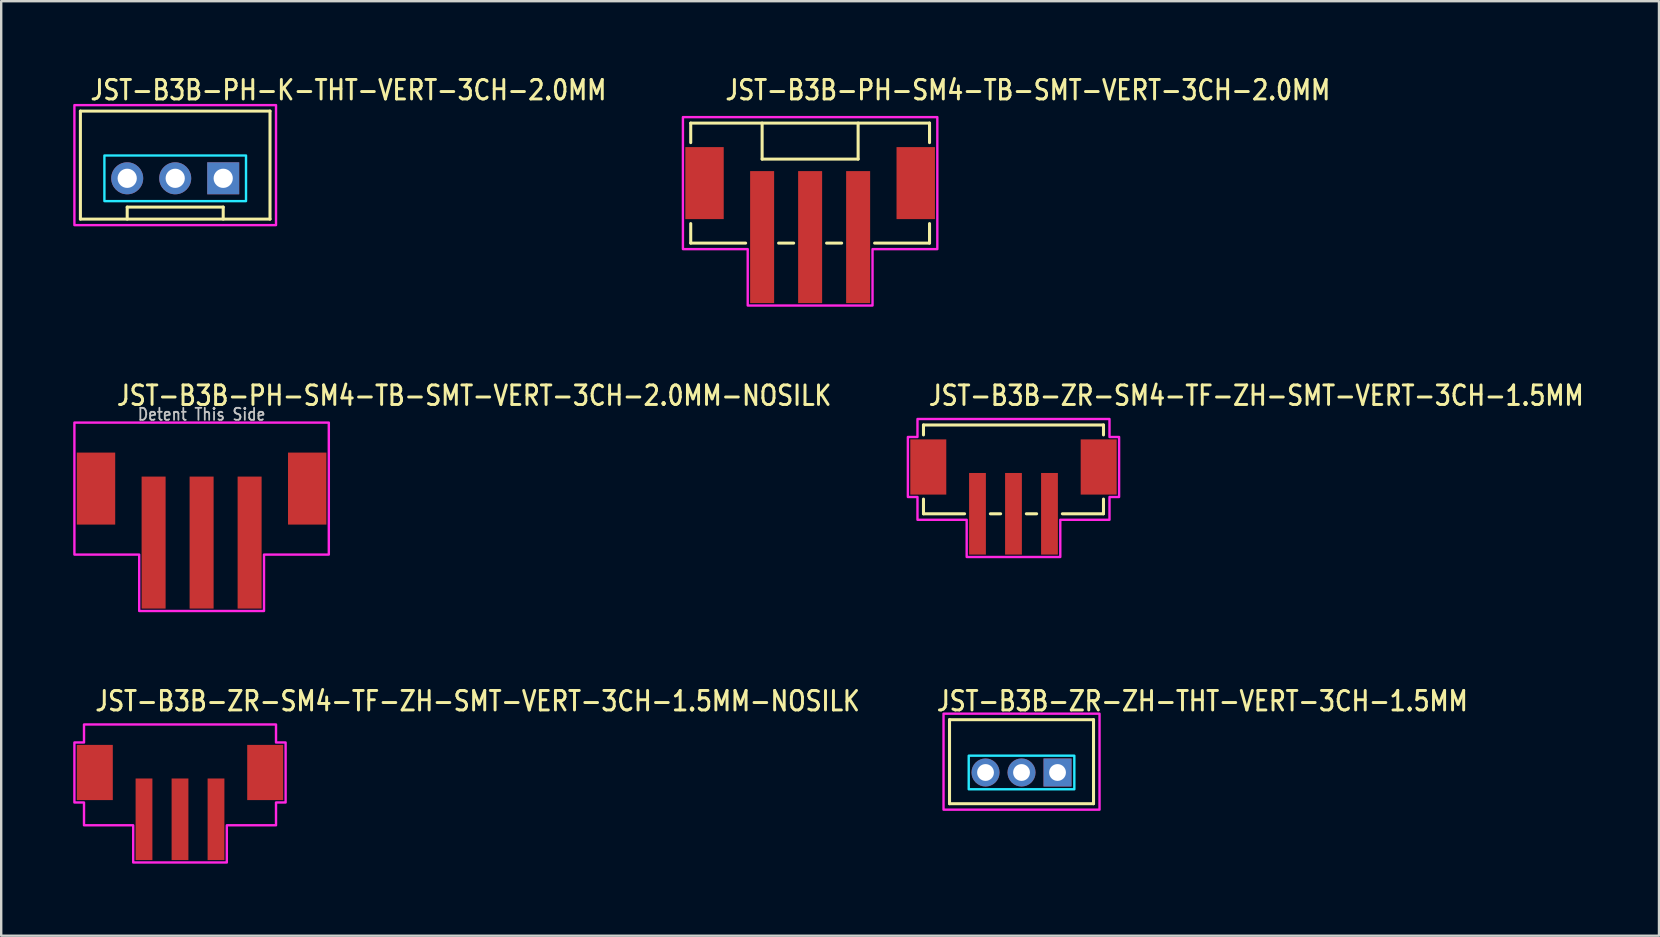
<source format=kicad_pcb>
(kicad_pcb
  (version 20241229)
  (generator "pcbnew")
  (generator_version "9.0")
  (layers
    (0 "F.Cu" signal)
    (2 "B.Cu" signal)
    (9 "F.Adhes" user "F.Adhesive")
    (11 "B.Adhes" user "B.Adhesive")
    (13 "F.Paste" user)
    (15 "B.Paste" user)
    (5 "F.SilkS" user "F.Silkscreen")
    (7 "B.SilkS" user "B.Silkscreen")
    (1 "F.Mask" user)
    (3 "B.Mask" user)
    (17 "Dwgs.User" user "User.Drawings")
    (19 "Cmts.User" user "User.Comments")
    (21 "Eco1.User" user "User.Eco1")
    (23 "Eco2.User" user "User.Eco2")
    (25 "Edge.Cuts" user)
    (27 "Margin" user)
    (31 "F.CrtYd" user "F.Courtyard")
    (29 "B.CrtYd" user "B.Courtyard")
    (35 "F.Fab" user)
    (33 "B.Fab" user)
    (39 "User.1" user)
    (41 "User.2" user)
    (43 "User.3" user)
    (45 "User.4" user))
  (footprint "JST-B3B-PH-K-THT-VERT-3CH-2.0MM"
    (layer "F.Cu")
    (at 4.25 4.379)
    (property "Reference" "JST-B3B-PH-K-THT-VERT-3CH-2.0MM" (at -3.6 -3.2 0) (unlocked yes) (layer "F.SilkS") (effects (font (size 0.813 0.695) (thickness 0.122)) (justify left bottom)))
    (fp_line (start -3.95 -2.8) (end -3.95 1.7) (stroke (width 0.127) (type solid)) (layer "F.SilkS"))
    (fp_line (start -3.95 -2.8) (end 3.95 -2.8) (stroke (width 0.127) (type solid)) (layer "F.SilkS"))
    (fp_line (start -3.95 1.7) (end 3.95 1.7) (stroke (width 0.127) (type solid)) (layer "F.SilkS"))
    (fp_line (start -2 1.7) (end -2 1.2) (stroke (width 0.127) (type solid)) (layer "F.SilkS"))
    (fp_line (start 2 1.2) (end -2 1.2) (stroke (width 0.127) (type solid)) (layer "F.SilkS"))
    (fp_line (start 2 1.7) (end 2 1.2) (stroke (width 0.127) (type solid)) (layer "F.SilkS"))
    (fp_line (start 3.95 1.7) (end 3.95 -2.8) (stroke (width 0.127) (type solid)) (layer "F.SilkS"))
    (fp_poly (pts (xy -2.95 -0.95) (xy -2.95 0.95) (xy 2.95 0.95) (xy 2.95 -0.95)) (stroke (width 0.1) (type solid)) (fill no) (layer "B.CrtYd"))
    (fp_poly (pts (xy -4.2 1.95) (xy -4.2 -3.05) (xy 4.2 -3.05) (xy 4.2 1.95)) (stroke (width 0.1) (type solid)) (fill no) (layer "F.CrtYd"))
    (pad "1" thru_hole rect (at 2 0) (size 1.333 1.333) (drill 0.8) (layers "*.Cu" "*.Mask"))
    (pad "2" thru_hole oval (at 0 0) (size 1.333 1.333) (drill 0.8) (layers "*.Cu" "*.Mask"))
    (pad "3" thru_hole oval (at -2 0) (size 1.333 1.333) (drill 0.8) (layers "*.Cu" "*.Mask")))
  (footprint "JST-B3B-ZR-SM4-TF-ZH-SMT-VERT-3CH-1.5MM"
    (layer "F.Cu")
    (at 39.177 16.407)
    (property "Reference" "JST-B3B-ZR-SM4-TF-ZH-SMT-VERT-3CH-1.5MM" (at -3.6 -2.5 0) (unlocked yes) (layer "F.SilkS") (effects (font (size 0.813 0.695) (thickness 0.122)) (justify left bottom)))
    (fp_line (start -3.75 -1.75) (end -3.75 -1.337) (stroke (width 0.127) (type solid)) (layer "F.SilkS"))
    (fp_line (start -3.75 -1.75) (end 3.75 -1.75) (stroke (width 0.127) (type solid)) (layer "F.SilkS"))
    (fp_line (start -3.75 1.95) (end -3.75 1.337) (stroke (width 0.127) (type solid)) (layer "F.SilkS"))
    (fp_line (start -3.75 1.95) (end -2.037 1.95) (stroke (width 0.127) (type solid)) (layer "F.SilkS"))
    (fp_line (start -0.964 1.95) (end -0.536 1.95) (stroke (width 0.127) (type solid)) (layer "F.SilkS"))
    (fp_line (start 0.536 1.95) (end 0.964 1.95) (stroke (width 0.127) (type solid)) (layer "F.SilkS"))
    (fp_line (start 2.037 1.95) (end 3.75 1.95) (stroke (width 0.127) (type solid)) (layer "F.SilkS"))
    (fp_line (start 3.75 -1.337) (end 3.75 -1.75) (stroke (width 0.127) (type solid)) (layer "F.SilkS"))
    (fp_line (start 3.75 1.337) (end 3.75 1.95) (stroke (width 0.127) (type solid)) (layer "F.SilkS"))
    (fp_poly (pts (xy -4 -2) (xy -4 -1.25) (xy -4.4 -1.25) (xy -4.4 1.25) (xy -4 1.25) (xy -4 2.2) (xy -1.95 2.2) (xy -1.95 3.75) (xy 1.95 3.75) (xy 1.95 2.2) (xy 4 2.2) (xy 4 1.25) (xy 4.4 1.25) (xy 4.4 -1.25) (xy 4 -1.25) (xy 4 -2)) (stroke (width 0.1) (type solid)) (fill no) (layer "F.CrtYd"))
    (pad "1" smd rect (at -1.5 1.95) (size 0.7 3.4) (layers "F.Cu" "F.Mask" "F.Paste"))
    (pad "2" smd rect (at 0 1.95) (size 0.7 3.4) (layers "F.Cu" "F.Mask" "F.Paste"))
    (pad "3" smd rect (at 1.5 1.95) (size 0.7 3.4) (layers "F.Cu" "F.Mask" "F.Paste"))
    (pad "S_4" smd rect (at 3.55 0) (size 1.5 2.3) (layers "F.Cu" "F.Mask" "F.Paste"))
    (pad "S_5" smd rect (at -3.55 0) (size 1.5 2.3) (layers "F.Cu" "F.Mask" "F.Paste")))
  (footprint "JST-B3B-ZR-SM4-TF-ZH-SMT-VERT-3CH-1.5MM-NOSILK"
    (layer "F.Cu")
    (at 4.45 29.136)
    (property "Reference" "JST-B3B-ZR-SM4-TF-ZH-SMT-VERT-3CH-1.5MM-NOSILK" (at -3.6 -2.5 0) (unlocked yes) (layer "F.SilkS") (effects (font (size 0.813 0.695) (thickness 0.122)) (justify left bottom)))
    (fp_poly (pts (xy -4 -2) (xy -4 -1.25) (xy -4.4 -1.25) (xy -4.4 1.25) (xy -4 1.25) (xy -4 2.2) (xy -1.95 2.2) (xy -1.95 3.75) (xy 1.95 3.75) (xy 1.95 2.2) (xy 4 2.2) (xy 4 1.25) (xy 4.4 1.25) (xy 4.4 -1.25) (xy 4 -1.25) (xy 4 -2)) (stroke (width 0.1) (type solid)) (fill no) (layer "F.CrtYd"))
    (pad "1" smd rect (at -1.5 1.95) (size 0.7 3.4) (layers "F.Cu" "F.Mask" "F.Paste"))
    (pad "2" smd rect (at 0 1.95) (size 0.7 3.4) (layers "F.Cu" "F.Mask" "F.Paste"))
    (pad "3" smd rect (at 1.5 1.95) (size 0.7 3.4) (layers "F.Cu" "F.Mask" "F.Paste"))
    (pad "4" smd rect (at 3.55 0) (size 1.5 2.3) (layers "F.Cu" "F.Mask" "F.Paste"))
    (pad "5" smd rect (at -3.55 0) (size 1.5 2.3) (layers "F.Cu" "F.Mask" "F.Paste")))
  (footprint "JST-B3B-PH-SM4-TB-SMT-VERT-3CH-2.0MM"
    (layer "F.Cu")
    (at 30.704 4.579)
    (property "Reference" "JST-B3B-PH-SM4-TB-SMT-VERT-3CH-2.0MM" (at -3.6 -3.4 0) (unlocked yes) (layer "F.SilkS") (effects (font (size 0.813 0.695) (thickness 0.122)) (justify left bottom)))
    (fp_line (start -4.975 -2.5) (end -4.975 -1.687) (stroke (width 0.127) (type solid)) (layer "F.SilkS"))
    (fp_line (start -4.975 -2.5) (end 4.975 -2.5) (stroke (width 0.127) (type solid)) (layer "F.SilkS"))
    (fp_line (start -4.975 2.5) (end -4.975 1.687) (stroke (width 0.127) (type solid)) (layer "F.SilkS"))
    (fp_line (start -4.975 2.5) (end -2.687 2.5) (stroke (width 0.127) (type solid)) (layer "F.SilkS"))
    (fp_line (start -2 -2.5) (end -2 -1) (stroke (width 0.127) (type solid)) (layer "F.SilkS"))
    (fp_line (start -2 -1) (end 2 -1) (stroke (width 0.127) (type solid)) (layer "F.SilkS"))
    (fp_line (start -1.313 2.5) (end -0.686 2.5) (stroke (width 0.127) (type solid)) (layer "F.SilkS"))
    (fp_line (start 0.686 2.5) (end 1.313 2.5) (stroke (width 0.127) (type solid)) (layer "F.SilkS"))
    (fp_line (start 2 -1) (end 2 -2.5) (stroke (width 0.127) (type solid)) (layer "F.SilkS"))
    (fp_line (start 2.687 2.5) (end 4.975 2.5) (stroke (width 0.127) (type solid)) (layer "F.SilkS"))
    (fp_line (start 4.975 -1.687) (end 4.975 -2.5) (stroke (width 0.127) (type solid)) (layer "F.SilkS"))
    (fp_line (start 4.975 1.687) (end 4.975 2.5) (stroke (width 0.127) (type solid)) (layer "F.SilkS"))
    (fp_poly (pts (xy -5.3 -2.75) (xy -5.3 2.75) (xy -2.6 2.75) (xy -2.6 5.1) (xy 2.6 5.1) (xy 2.6 2.75) (xy 5.3 2.75) (xy 5.3 -2.75)) (stroke (width 0.1) (type solid)) (fill no) (layer "F.CrtYd"))
    (pad "1" smd rect (at -2 2.25) (size 1 5.5) (layers "F.Cu" "F.Mask" "F.Paste"))
    (pad "2" smd rect (at 0 2.25) (size 1 5.5) (layers "F.Cu" "F.Mask" "F.Paste"))
    (pad "3" smd rect (at 2 2.25) (size 1 5.5) (layers "F.Cu" "F.Mask" "F.Paste"))
    (pad "S_1" smd rect (at -4.4 0) (size 1.6 3) (layers "F.Cu" "F.Mask" "F.Paste"))
    (pad "S_2" smd rect (at 4.4 0) (size 1.6 3) (layers "F.Cu" "F.Mask" "F.Paste")))
  (footprint "JST-B3B-ZR-ZH-THT-VERT-3CH-1.5MM"
    (layer "F.Cu")
    (at 39.512 29.136)
    (property "Reference" "JST-B3B-ZR-ZH-THT-VERT-3CH-1.5MM" (at -3.6 -2.5 0) (unlocked yes) (layer "F.SilkS") (effects (font (size 0.813 0.695) (thickness 0.122)) (justify left bottom)))
    (fp_line (start -3 -2.2) (end 3 -2.2) (stroke (width 0.127) (type solid)) (layer "F.SilkS"))
    (fp_line (start -3 1.3) (end -3 -2.2) (stroke (width 0.127) (type solid)) (layer "F.SilkS"))
    (fp_line (start -3 1.3) (end 3 1.3) (stroke (width 0.127) (type solid)) (layer "F.SilkS"))
    (fp_line (start 3 -2.2) (end 3 1.3) (stroke (width 0.127) (type solid)) (layer "F.SilkS"))
    (fp_poly (pts (xy -2.2 -0.7) (xy -2.2 0.7) (xy 2.2 0.7) (xy 2.2 -0.7)) (stroke (width 0.1) (type solid)) (fill no) (layer "B.CrtYd"))
    (fp_poly (pts (xy -3.25 -2.45) (xy -3.25 1.55) (xy 3.25 1.55) (xy 3.25 -2.45)) (stroke (width 0.1) (type solid)) (fill no) (layer "F.CrtYd"))
    (pad "1" thru_hole rect (at 1.5 0) (size 1.167 1.167) (drill 0.7) (layers "*.Cu" "*.Mask"))
    (pad "2" thru_hole oval (at 0 0) (size 1.167 1.167) (drill 0.7) (layers "*.Cu" "*.Mask"))
    (pad "3" thru_hole oval (at -1.5 0) (size 1.167 1.167) (drill 0.7) (layers "*.Cu" "*.Mask")))
  (footprint "JST-B3B-PH-SM4-TB-SMT-VERT-3CH-2.0MM-NOSILK"
    (layer "F.Cu")
    (at 5.35 17.307)
    (property "Reference" "JST-B3B-PH-SM4-TB-SMT-VERT-3CH-2.0MM-NOSILK" (at -3.6 -3.4 0) (unlocked yes) (layer "F.SilkS") (effects (font (size 0.813 0.695) (thickness 0.122)) (justify left bottom)))
    (fp_poly (pts (xy -5.3 -2.75) (xy -5.3 2.75) (xy -2.6 2.75) (xy -2.6 5.1) (xy 2.6 5.1) (xy 2.6 2.75) (xy 5.3 2.75) (xy 5.3 -2.75)) (stroke (width 0.1) (type solid)) (fill no) (layer "F.CrtYd"))
    (fp_text user "Detent This Side" (at 0 -2.8 0) (unlocked yes) (layer "Dwgs.User") (effects (font (size 0.5 0.427) (thickness 0.075)) (justify bottom)))
    (pad "1" smd rect (at -2 2.25) (size 1 5.5) (layers "F.Cu" "F.Mask" "F.Paste"))
    (pad "2" smd rect (at 0 2.25) (size 1 5.5) (layers "F.Cu" "F.Mask" "F.Paste"))
    (pad "3" smd rect (at 2 2.25) (size 1 5.5) (layers "F.Cu" "F.Mask" "F.Paste"))
    (pad "S_1" smd rect (at -4.4 0) (size 1.6 3) (layers "F.Cu" "F.Mask" "F.Paste"))
    (pad "S_2" smd rect (at 4.4 0) (size 1.6 3) (layers "F.Cu" "F.Mask" "F.Paste")))
  (gr_rect
    (start -3 -3)
    (end 66.072 35.936)
    (stroke (width 0.1) (type default))
    (fill no)
    (layer "Edge.Cuts")))
</source>
